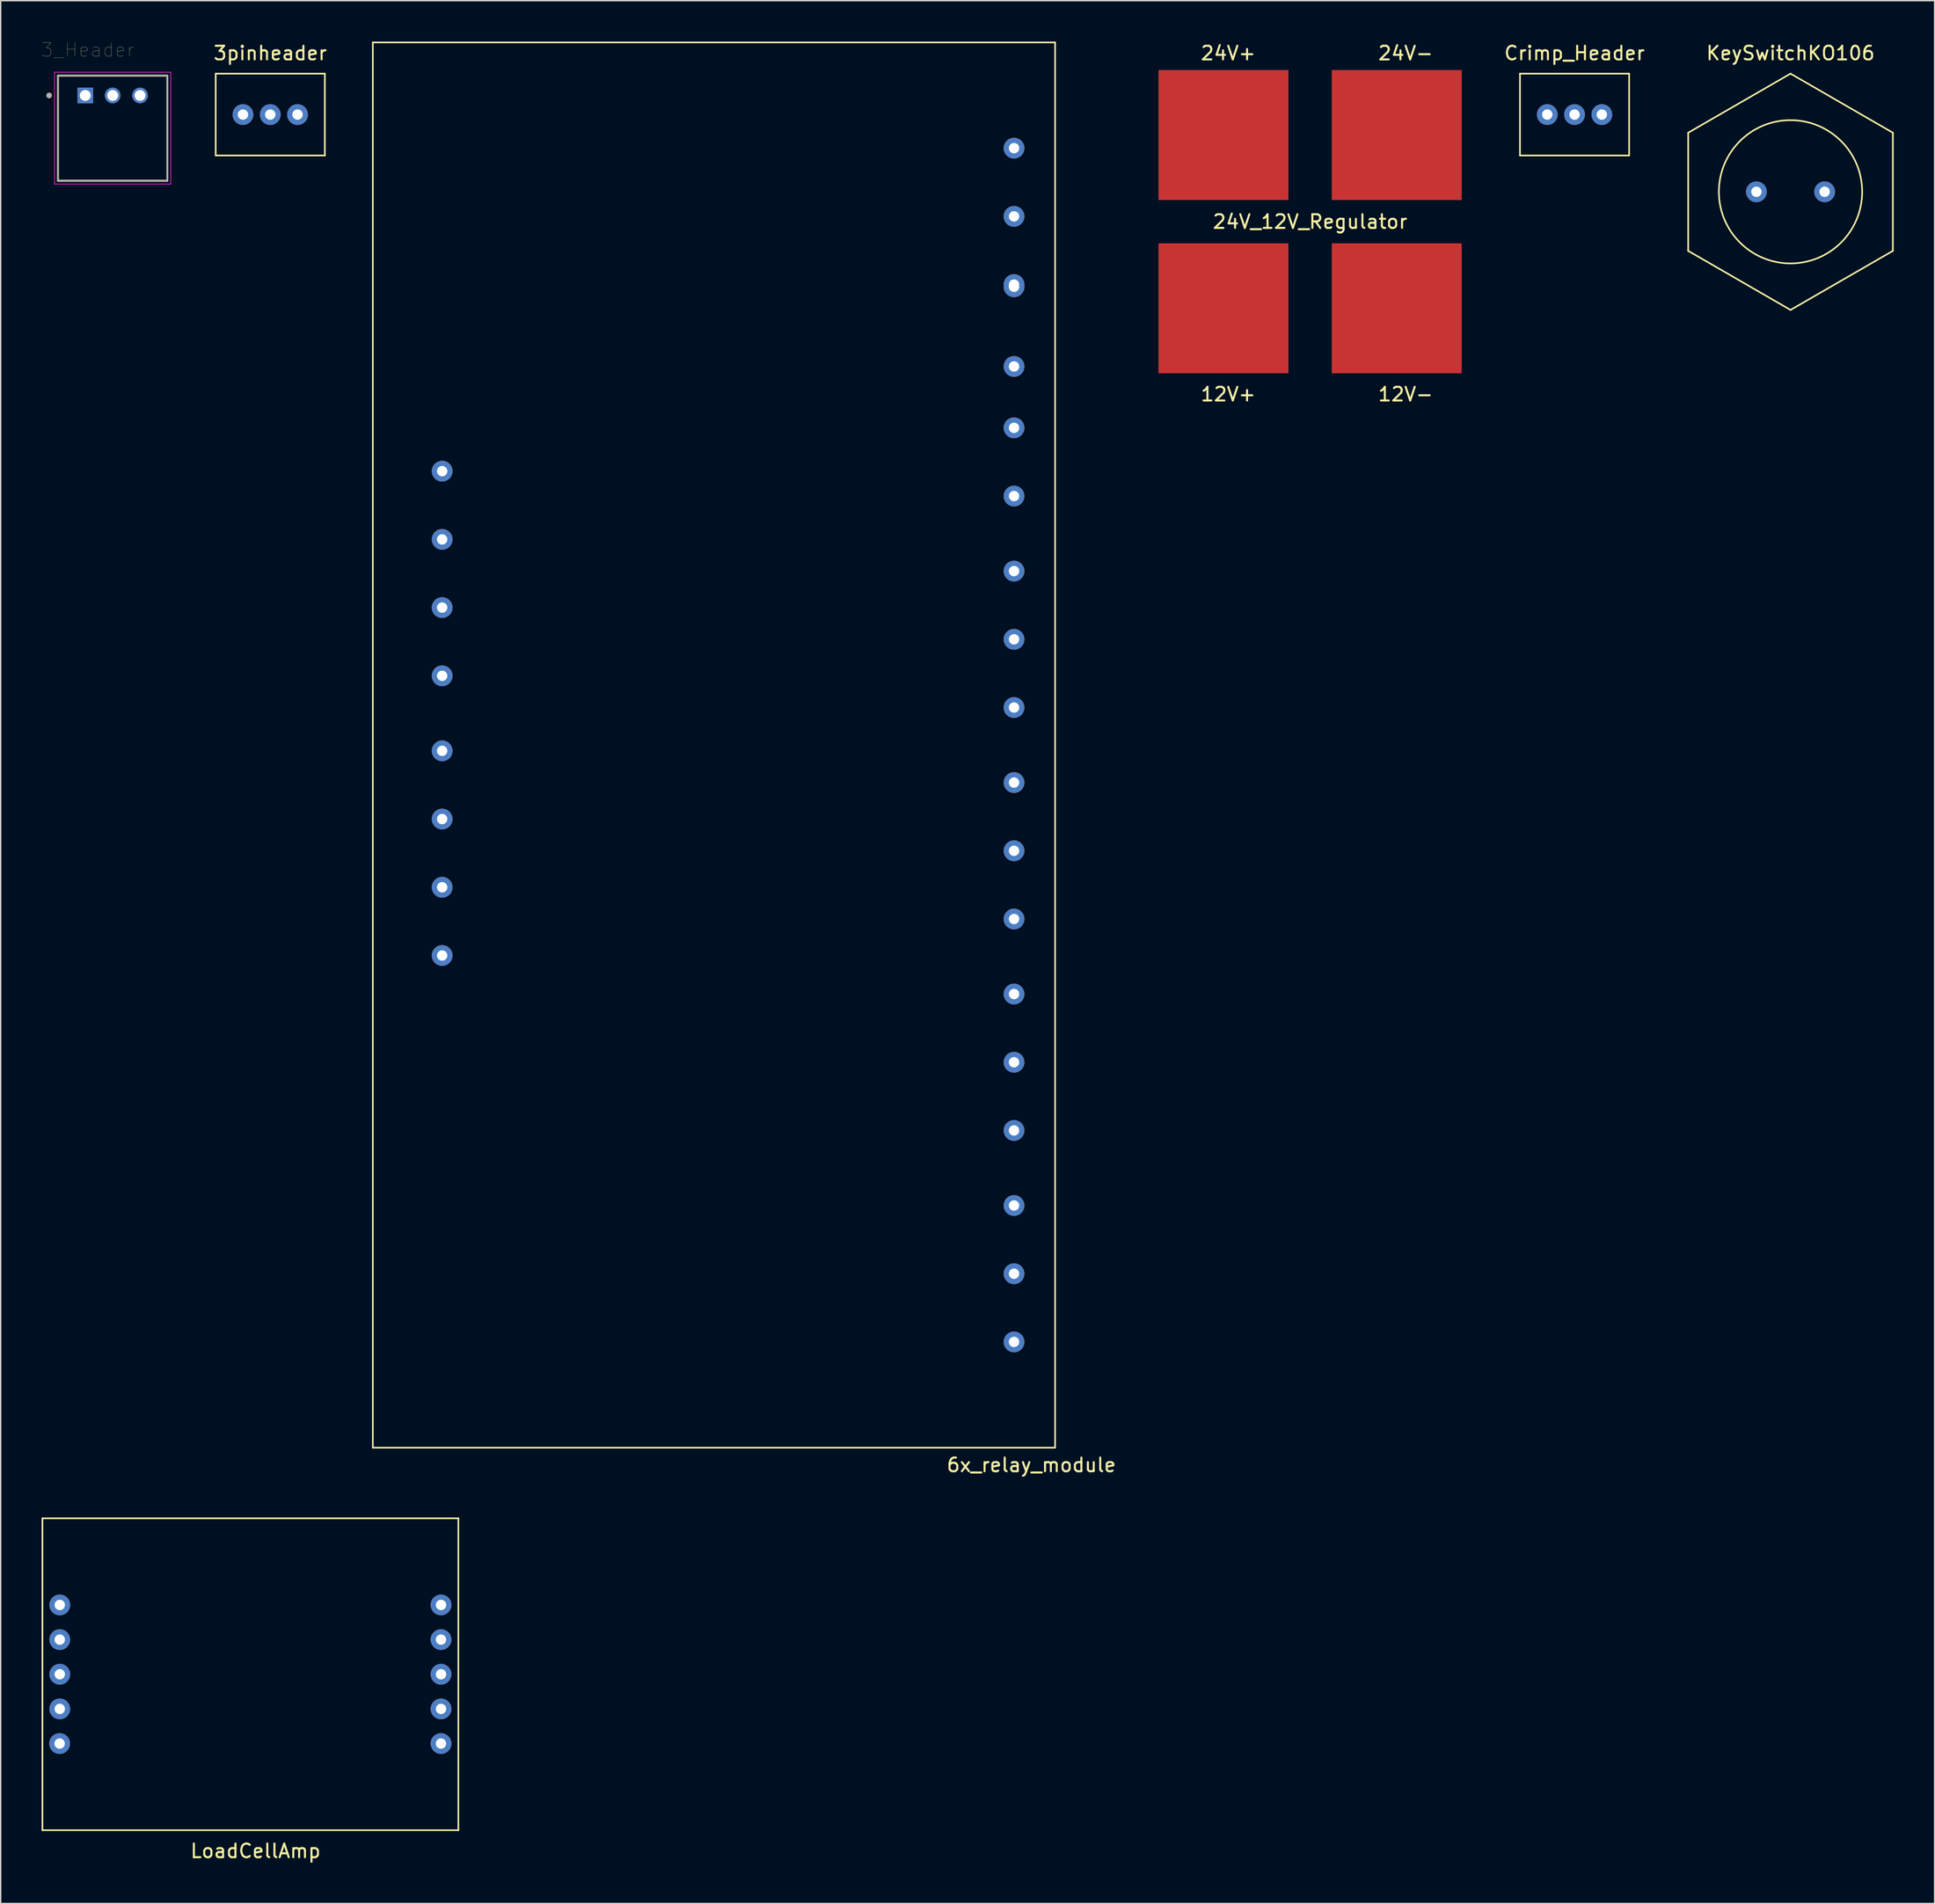
<source format=kicad_pcb>
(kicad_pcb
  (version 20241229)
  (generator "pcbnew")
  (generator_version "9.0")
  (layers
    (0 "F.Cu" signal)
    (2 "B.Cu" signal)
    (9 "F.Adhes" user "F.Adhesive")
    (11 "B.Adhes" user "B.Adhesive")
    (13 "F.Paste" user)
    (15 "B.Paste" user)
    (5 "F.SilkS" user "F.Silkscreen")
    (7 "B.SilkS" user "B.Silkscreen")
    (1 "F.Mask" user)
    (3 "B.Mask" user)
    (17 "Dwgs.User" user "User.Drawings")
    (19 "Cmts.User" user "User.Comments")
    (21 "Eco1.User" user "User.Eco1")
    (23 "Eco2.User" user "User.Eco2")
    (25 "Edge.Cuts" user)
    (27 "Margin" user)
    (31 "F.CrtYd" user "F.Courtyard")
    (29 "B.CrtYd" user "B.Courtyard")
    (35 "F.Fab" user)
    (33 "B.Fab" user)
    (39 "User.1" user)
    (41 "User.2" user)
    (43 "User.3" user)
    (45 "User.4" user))
  (footprint "LoadCellAmp"
    (layer "F.Cu")
    (at 15.3 119.668)
    (property "Reference" "LoadCellAmp" (at 0.381 12.954 0) (layer "F.SilkS") (effects (font (size 1 1) (thickness 0.15))))
    (attr through_hole)
    (fp_line (start -15.24 -11.43) (end -15.24 11.43) (stroke (width 0.12) (type solid)) (layer "F.SilkS"))
    (fp_line (start -15.24 -11.43) (end 15.24 -11.43) (stroke (width 0.12) (type solid)) (layer "F.SilkS"))
    (fp_line (start 15.24 -11.43) (end 15.24 11.43) (stroke (width 0.12) (type solid)) (layer "F.SilkS"))
    (fp_line (start 15.24 11.43) (end -15.24 11.43) (stroke (width 0.12) (type solid)) (layer "F.SilkS"))
    (pad "1" thru_hole circle (at -13.97 -5.08) (size 1.524 1.524) (drill 0.762) (layers "*.Cu" "*.Mask"))
    (pad "2" thru_hole circle (at -13.97 -2.54) (size 1.524 1.524) (drill 0.762) (layers "*.Cu" "*.Mask"))
    (pad "3" thru_hole circle (at -13.97 0) (size 1.524 1.524) (drill 0.762) (layers "*.Cu" "*.Mask"))
    (pad "4" thru_hole circle (at -13.97 2.54) (size 1.524 1.524) (drill 0.762) (layers "*.Cu" "*.Mask"))
    (pad "5" thru_hole circle (at -13.98 5.08) (size 1.524 1.524) (drill 0.762) (layers "*.Cu" "*.Mask"))
    (pad "6" thru_hole circle (at 13.97 5.08) (size 1.524 1.524) (drill 0.762) (layers "*.Cu" "*.Mask"))
    (pad "7" thru_hole circle (at 13.97 2.54) (size 1.524 1.524) (drill 0.762) (layers "*.Cu" "*.Mask"))
    (pad "8" thru_hole circle (at 13.97 0) (size 1.524 1.524) (drill 0.762) (layers "*.Cu" "*.Mask"))
    (pad "9" thru_hole circle (at 13.97 -2.54) (size 1.524 1.524) (drill 0.762) (layers "*.Cu" "*.Mask"))
    (pad "10" thru_hole circle (at 13.97 -5.08) (size 1.524 1.524) (drill 0.762) (layers "*.Cu" "*.Mask")))
  (footprint "KeySwitchKO106"
    (layer "F.Cu")
    (at 128.17 11.008)
    (property "Reference" "KeySwitchKO106" (at 0 -10.16 0) (layer "F.SilkS") (effects (font (size 1 1) (thickness 0.15))))
    (attr through_hole)
    (fp_line (start -7.5 4.33) (end -7.5 -4.33) (stroke (width 0.12) (type solid)) (layer "F.SilkS"))
    (fp_line (start -7.5 4.33) (end 0 8.66) (stroke (width 0.12) (type solid)) (layer "F.SilkS"))
    (fp_line (start 0 -8.66) (end -7.5 -4.33) (stroke (width 0.12) (type solid)) (layer "F.SilkS"))
    (fp_line (start 0 8.66) (end 7.5 4.33) (stroke (width 0.12) (type solid)) (layer "F.SilkS"))
    (fp_line (start 7.5 -4.33) (end 0 -8.66) (stroke (width 0.12) (type solid)) (layer "F.SilkS"))
    (fp_line (start 7.5 4.33) (end 7.5 -4.33) (stroke (width 0.12) (type solid)) (layer "F.SilkS"))
    (fp_circle (center 0 0) (end 5.25 0) (stroke (width 0.12) (type solid)) (fill no) (layer "F.SilkS"))
    (pad "1" thru_hole circle (at -2.5 0) (size 1.524 1.524) (drill 0.762) (layers "*.Cu" "*.Mask"))
    (pad "2" thru_hole circle (at 2.5 0) (size 1.524 1.524) (drill 0.762) (layers "*.Cu" "*.Mask")))
  (footprint "24V_12V_Regulator"
    (layer "F.Cu")
    (at 92.962 6.848)
    (property "Reference" "24V_12V_Regulator" (at 0 6.35 0) (layer "F.SilkS") (effects (font (size 1 1) (thickness 0.15))))
    (attr through_hole)
    (fp_text user "12V-" (at 7 19 0) (layer "F.SilkS") (effects (font (size 1 1) (thickness 0.15))))
    (fp_text user "12V+" (at -6 19 0) (layer "F.SilkS") (effects (font (size 1 1) (thickness 0.15))))
    (fp_text user "24V+" (at -6 -6 0) (layer "F.SilkS") (effects (font (size 1 1) (thickness 0.15))))
    (fp_text user "24V-" (at 7 -6 0) (layer "F.SilkS") (effects (font (size 1 1) (thickness 0.15))))
    (pad "1" smd rect (at -6.35 0) (size 9.525 9.525) (layers "F.Cu" "F.Mask" "F.Paste"))
    (pad "2" smd rect (at 6.35 0) (size 9.525 9.525) (layers "F.Cu" "F.Mask" "F.Paste"))
    (pad "3" smd rect (at -6.35 12.7) (size 9.525 9.525) (layers "F.Cu" "F.Mask" "F.Paste"))
    (pad "4" smd rect (at 6.35 12.7) (size 9.525 9.525) (layers "F.Cu" "F.Mask" "F.Paste")))
  (footprint "6x_relay_module"
    (layer "F.Cu")
    (at 24.274 103.06)
    (property "Reference" "6x_relay_module" (at 48.26 1.27 0) (layer "F.SilkS") (effects (font (size 1 1) (thickness 0.15))))
    (attr through_hole)
    (fp_line (start 0 -103) (end 50 -103) (stroke (width 0.12) (type solid)) (layer "F.SilkS"))
    (fp_line (start 0 0) (end 0 -103) (stroke (width 0.12) (type solid)) (layer "F.SilkS"))
    (fp_line (start 50 0) (end 0 0) (stroke (width 0.12) (type solid)) (layer "F.SilkS"))
    (fp_line (start 50 0) (end 50 -103) (stroke (width 0.12) (type solid)) (layer "F.SilkS"))
    (pad "10" thru_hole circle (at 46.99 -95.25) (size 1.524 1.524) (drill 0.762) (layers "*.Cu" "*.Mask"))
    (pad "11" thru_hole circle (at 46.99 -90.25) (size 1.524 1.524) (drill 0.762) (layers "*.Cu" "*.Mask"))
    (pad "12" thru_hole circle (at 46.99 -85.25) (size 1.524 1.524) (drill 0.762) (layers "*.Cu" "*.Mask"))
    (pad "13" thru_hole circle (at 46.99 -85.09) (size 1.524 1.524) (drill 0.762) (layers "*.Cu" "*.Mask"))
    (pad "14" thru_hole circle (at 46.99 -79.25) (size 1.524 1.524) (drill 0.762) (layers "*.Cu" "*.Mask"))
    (pad "15" thru_hole circle (at 46.99 -74.75) (size 1.524 1.524) (drill 0.762) (layers "*.Cu" "*.Mask"))
    (pad "16" thru_hole circle (at 46.99 -69.75) (size 1.524 1.524) (drill 0.762) (layers "*.Cu" "*.Mask"))
    (pad "17" thru_hole circle (at 46.99 -64.25) (size 1.524 1.524) (drill 0.762) (layers "*.Cu" "*.Mask"))
    (pad "18" thru_hole circle (at 46.99 -59.25) (size 1.524 1.524) (drill 0.762) (layers "*.Cu" "*.Mask"))
    (pad "19" thru_hole circle (at 46.99 -12.75) (size 1.524 1.524) (drill 0.762) (layers "*.Cu" "*.Mask"))
    (pad "20" thru_hole circle (at 46.99 -17.75) (size 1.524 1.524) (drill 0.762) (layers "*.Cu" "*.Mask"))
    (pad "21" thru_hole circle (at 46.99 -23.25) (size 1.524 1.524) (drill 0.762) (layers "*.Cu" "*.Mask"))
    (pad "22" thru_hole circle (at 46.99 -28.25) (size 1.524 1.524) (drill 0.762) (layers "*.Cu" "*.Mask"))
    (pad "23" thru_hole circle (at 46.99 -33.25) (size 1.524 1.524) (drill 0.762) (layers "*.Cu" "*.Mask"))
    (pad "24" thru_hole circle (at 46.99 -38.75) (size 1.524 1.524) (drill 0.762) (layers "*.Cu" "*.Mask"))
    (pad "25" thru_hole circle (at 46.99 -43.75) (size 1.524 1.524) (drill 0.762) (layers "*.Cu" "*.Mask"))
    (pad "26" thru_hole circle (at 46.99 -48.75) (size 1.524 1.524) (drill 0.762) (layers "*.Cu" "*.Mask"))
    (pad "27" thru_hole circle (at 46.99 -54.25) (size 1.524 1.524) (drill 0.762) (layers "*.Cu" "*.Mask"))
    (pad "38" thru_hole circle (at 46.99 -7.75) (size 1.524 1.524) (drill 0.762) (layers "*.Cu" "*.Mask"))
    (pad "41" thru_hole circle (at 5.08 -61.575) (size 1.524 1.524) (drill 0.762) (layers "*.Cu" "*.Mask"))
    (pad "42" thru_hole circle (at 5.08 -66.575) (size 1.524 1.524) (drill 0.762) (layers "*.Cu" "*.Mask"))
    (pad "43" thru_hole circle (at 5.08 -71.575) (size 1.524 1.524) (drill 0.762) (layers "*.Cu" "*.Mask"))
    (pad "44" thru_hole circle (at 5.08 -36.075) (size 1.524 1.524) (drill 0.762) (layers "*.Cu" "*.Mask"))
    (pad "45" thru_hole circle (at 5.08 -51.075) (size 1.524 1.524) (drill 0.762) (layers "*.Cu" "*.Mask"))
    (pad "46" thru_hole circle (at 5.08 -56.575) (size 1.524 1.524) (drill 0.762) (layers "*.Cu" "*.Mask"))
    (pad "47" thru_hole circle (at 5.08 -46.075) (size 1.524 1.524) (drill 0.762) (layers "*.Cu" "*.Mask"))
    (pad "48" thru_hole circle (at 5.08 -41.075) (size 1.524 1.524) (drill 0.762) (layers "*.Cu" "*.Mask")))
  (footprint "3pinheader"
    (layer "F.Cu")
    (at 14.756 5.348)
    (property "Reference" "3pinheader" (at 2 -4.5 0) (layer "F.SilkS") (effects (font (size 1 1) (thickness 0.15))))
    (attr through_hole)
    (fp_line (start -2 -3) (end 6 -3) (stroke (width 0.12) (type solid)) (layer "F.SilkS"))
    (fp_line (start -2 3) (end -2 -3) (stroke (width 0.12) (type solid)) (layer "F.SilkS"))
    (fp_line (start 6 -3) (end 6 3) (stroke (width 0.12) (type solid)) (layer "F.SilkS"))
    (fp_line (start 6 3) (end -2 3) (stroke (width 0.12) (type solid)) (layer "F.SilkS"))
    (pad "1" thru_hole circle (at 0 0) (size 1.524 1.524) (drill 0.762) (layers "*.Cu" "*.Mask"))
    (pad "2" thru_hole circle (at 2 0) (size 1.524 1.524) (drill 0.762) (layers "*.Cu" "*.Mask"))
    (pad "3" thru_hole circle (at 4 0) (size 1.524 1.524) (drill 0.762) (layers "*.Cu" "*.Mask")))
  (footprint "Crimp_Header"
    (layer "F.Cu")
    (at 110.342 5.348)
    (property "Reference" "Crimp_Header" (at 2 -4.5 0) (layer "F.SilkS") (effects (font (size 1 1) (thickness 0.15))))
    (attr through_hole)
    (fp_line (start -2 -3) (end 6 -3) (stroke (width 0.12) (type solid)) (layer "F.SilkS"))
    (fp_line (start -2 3) (end -2 -3) (stroke (width 0.12) (type solid)) (layer "F.SilkS"))
    (fp_line (start 6 -3) (end 6 3) (stroke (width 0.12) (type solid)) (layer "F.SilkS"))
    (fp_line (start 6 3) (end -2 3) (stroke (width 0.12) (type solid)) (layer "F.SilkS"))
    (pad "1" thru_hole circle (at 0 0) (size 1.524 1.524) (drill 0.762) (layers "*.Cu" "*.Mask"))
    (pad "2" thru_hole circle (at 2 0) (size 1.524 1.524) (drill 0.762) (layers "*.Cu" "*.Mask"))
    (pad "3" thru_hole circle (at 4 0) (size 1.524 1.524) (drill 0.762) (layers "*.Cu" "*.Mask")))
  (footprint "3_Header"
    (layer "F.Cu")
    (at 3.2 3.946)
    (property "Reference" "3_Header" (at 0.175 -3.335 0) (layer "F.SilkS") (effects (font (size 1 1) (thickness 0.015))))
    (attr through_hole)
    (fp_line (start -2 6.25) (end -2 -1.45) (stroke (width 0.127) (type solid)) (layer "F.SilkS"))
    (fp_line (start 6.013 -1.45) (end -2 -1.45) (stroke (width 0.127) (type solid)) (layer "F.SilkS"))
    (fp_line (start 6.013 -1.45) (end 6.013 6.25) (stroke (width 0.127) (type solid)) (layer "F.SilkS"))
    (fp_line (start 6.013 6.25) (end -2 6.25) (stroke (width 0.127) (type solid)) (layer "F.SilkS"))
    (fp_circle (center -2.65 0) (end -2.55 0) (stroke (width 0.2) (type solid)) (fill no) (layer "F.SilkS"))
    (fp_line (start -2.25 -1.7) (end 6.263 -1.7) (stroke (width 0.05) (type solid)) (layer "F.CrtYd"))
    (fp_line (start -2.25 6.5) (end -2.25 -1.7) (stroke (width 0.05) (type solid)) (layer "F.CrtYd"))
    (fp_line (start 6.263 -1.7) (end 6.263 6.5) (stroke (width 0.05) (type solid)) (layer "F.CrtYd"))
    (fp_line (start 6.263 6.5) (end -2.25 6.5) (stroke (width 0.05) (type solid)) (layer "F.CrtYd"))
    (fp_line (start -2 -1.45) (end 6.013 -1.45) (stroke (width 0.127) (type solid)) (layer "F.Fab"))
    (fp_line (start -2 6.25) (end -2 -1.45) (stroke (width 0.127) (type solid)) (layer "F.Fab"))
    (fp_line (start -2 6.25) (end -2 6.25) (stroke (width 0.127) (type solid)) (layer "F.Fab"))
    (fp_line (start -2 6.25) (end 6.013 6.25) (stroke (width 0.127) (type solid)) (layer "F.Fab"))
    (fp_line (start 6.013 -1.45) (end 6.013 6.25) (stroke (width 0.127) (type solid)) (layer "F.Fab"))
    (fp_line (start 6.013 6.25) (end -2 6.25) (stroke (width 0.127) (type solid)) (layer "F.Fab"))
    (fp_line (start 6.013 6.25) (end 6.013 6.25) (stroke (width 0.127) (type solid)) (layer "F.Fab"))
    (fp_circle (center -2.65 0) (end -2.55 0) (stroke (width 0.2) (type solid)) (fill no) (layer "F.Fab"))
    (pad "1" thru_hole rect (at 0 0) (size 1.15 1.15) (drill 0.8) (layers "*.Cu" "*.Mask"))
    (pad "2" thru_hole circle (at 2.007 0) (size 1.15 1.15) (drill 0.8) (layers "*.Cu" "*.Mask"))
    (pad "3" thru_hole circle (at 4.013 0) (size 1.15 1.15) (drill 0.8) (layers "*.Cu" "*.Mask")))
  (gr_rect
    (start -3 -3)
    (end 138.73 136.47)
    (stroke (width 0.1) (type default))
    (fill no)
    (layer "Edge.Cuts")))
</source>
